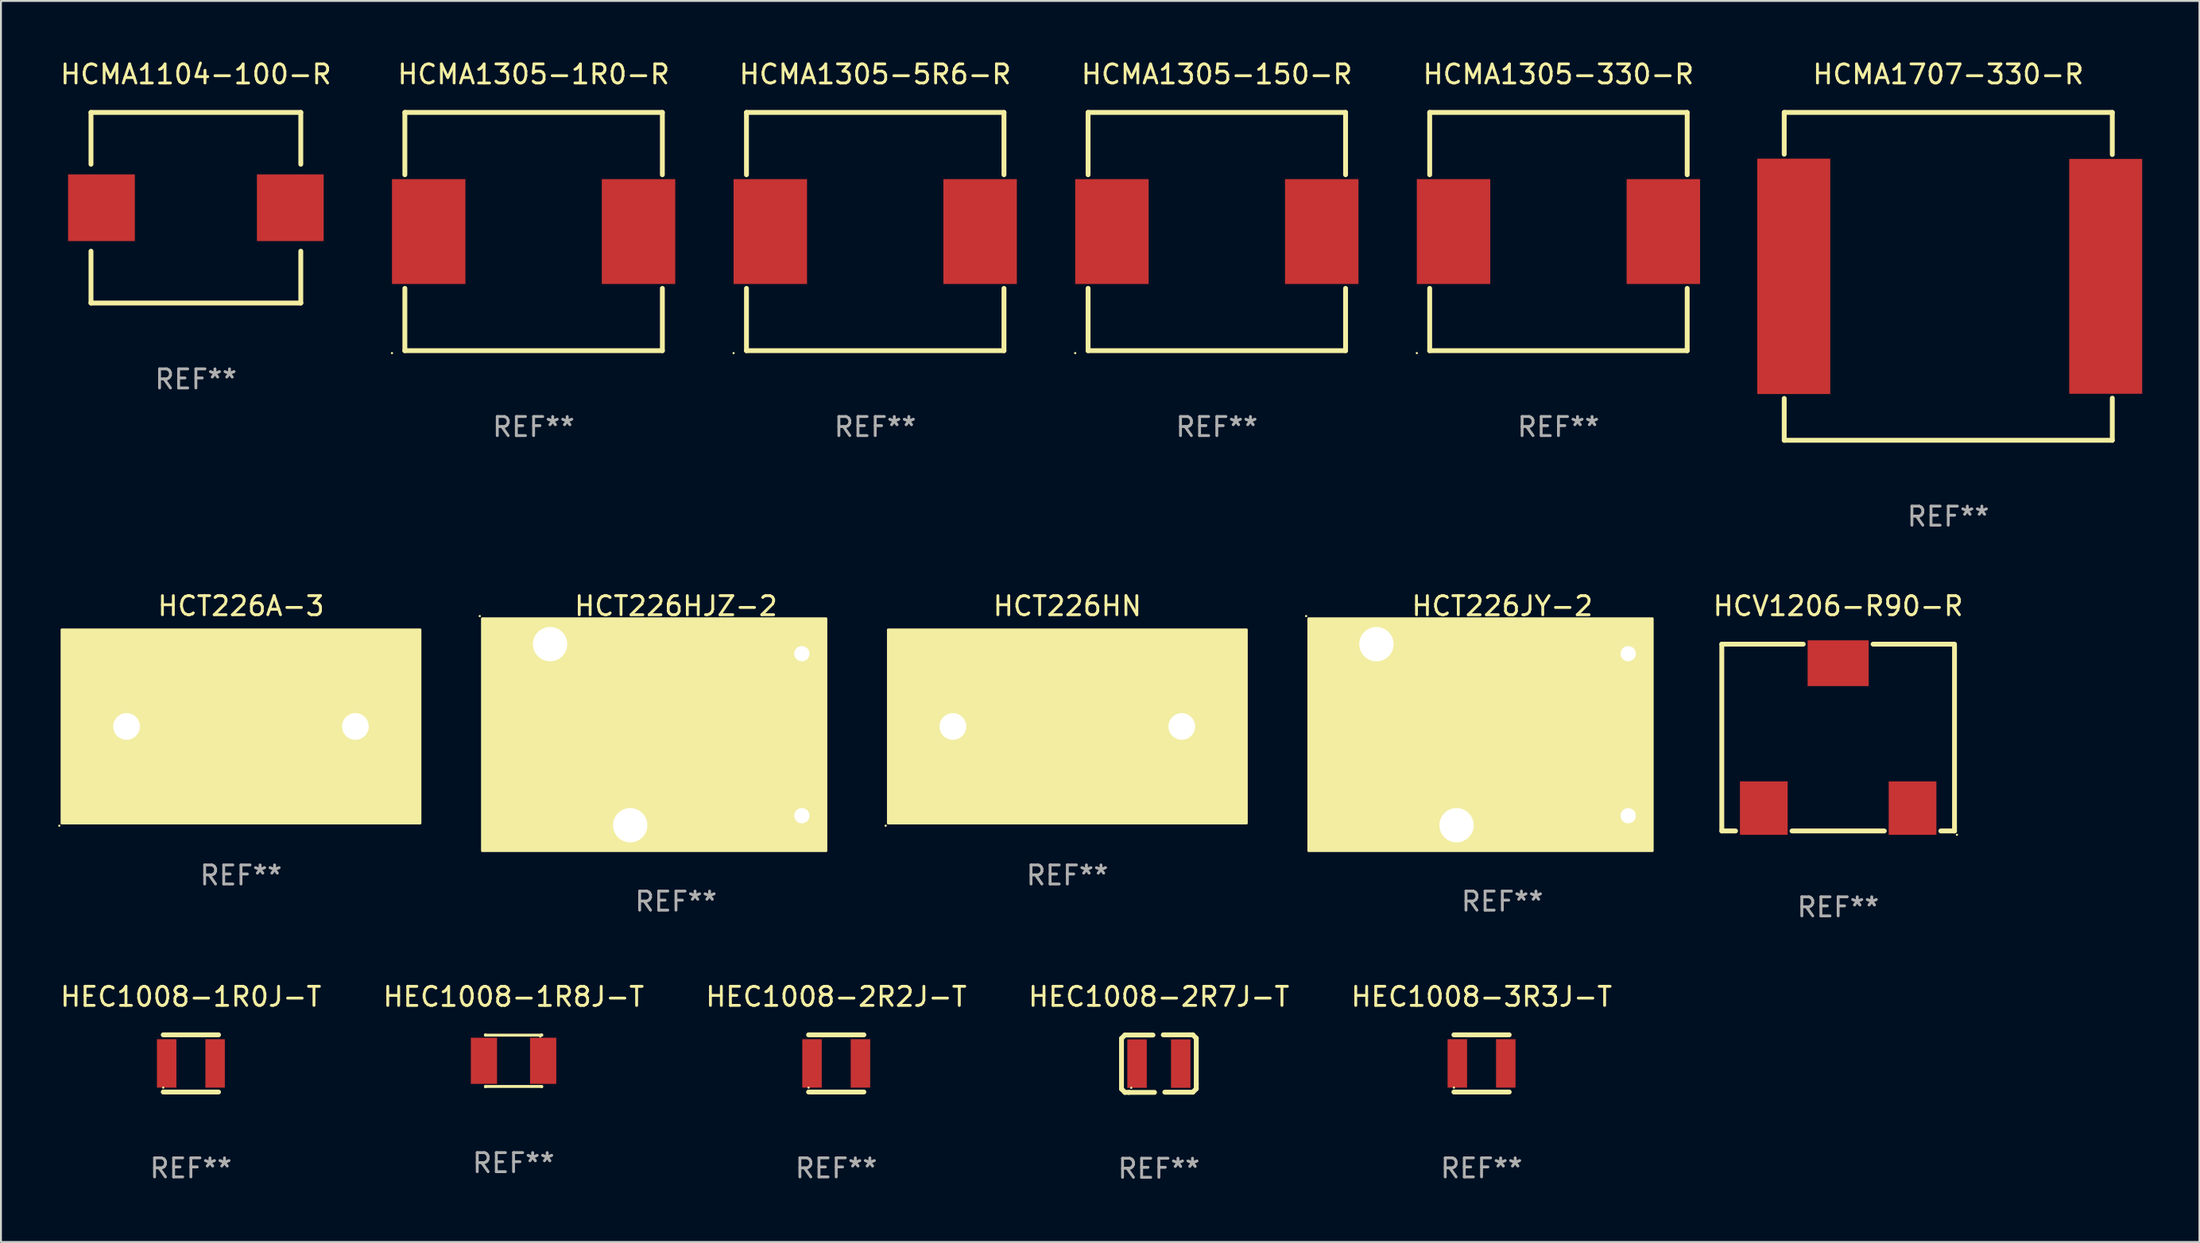
<source format=kicad_pcb>
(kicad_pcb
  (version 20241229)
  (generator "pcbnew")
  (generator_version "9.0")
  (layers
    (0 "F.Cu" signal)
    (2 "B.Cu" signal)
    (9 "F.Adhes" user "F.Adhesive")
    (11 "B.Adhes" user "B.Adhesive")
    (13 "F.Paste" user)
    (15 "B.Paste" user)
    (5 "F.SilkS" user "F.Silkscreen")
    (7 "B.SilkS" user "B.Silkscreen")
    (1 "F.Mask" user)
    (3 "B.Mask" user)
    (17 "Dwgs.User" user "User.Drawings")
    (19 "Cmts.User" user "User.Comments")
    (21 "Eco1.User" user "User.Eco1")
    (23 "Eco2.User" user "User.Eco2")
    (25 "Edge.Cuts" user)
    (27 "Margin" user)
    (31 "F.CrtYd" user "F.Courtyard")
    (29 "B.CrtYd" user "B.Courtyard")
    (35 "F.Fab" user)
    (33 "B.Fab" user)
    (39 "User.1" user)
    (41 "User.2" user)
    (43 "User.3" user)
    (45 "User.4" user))
  (footprint "HEC1008-2R7J-T"
    (layer "F.Cu")
    (at 57.708 52.751)
    (property "Reference" "HEC1008-2R7J-T" (at 0 -3.51 0) (layer "F.SilkS") (effects (font (size 1 1) (thickness 0.15))))
    (attr through_hole)
    (fp_line (start -1.96 -1.32) (end -1.78 -1.5) (stroke (width 0.254) (type solid)) (layer "F.SilkS"))
    (fp_line (start -1.96 -1.07) (end -1.96 -1.32) (stroke (width 0.254) (type solid)) (layer "F.SilkS"))
    (fp_line (start -1.96 1.33) (end -1.96 -1.07) (stroke (width 0.254) (type solid)) (layer "F.SilkS"))
    (fp_line (start -1.78 -1.5) (end -0.31 -1.5) (stroke (width 0.254) (type solid)) (layer "F.SilkS"))
    (fp_line (start -1.78 1.51) (end -1.96 1.33) (stroke (width 0.254) (type solid)) (layer "F.SilkS"))
    (fp_line (start -1.58 1.51) (end -1.78 1.51) (stroke (width 0.254) (type solid)) (layer "F.SilkS"))
    (fp_line (start -0.23 1.51) (end -1.58 1.51) (stroke (width 0.254) (type solid)) (layer "F.SilkS"))
    (fp_line (start 0.23 -1.51) (end 1.58 -1.51) (stroke (width 0.254) (type solid)) (layer "F.SilkS"))
    (fp_line (start 1.58 -1.51) (end 1.78 -1.51) (stroke (width 0.254) (type solid)) (layer "F.SilkS"))
    (fp_line (start 1.78 -1.51) (end 1.96 -1.33) (stroke (width 0.254) (type solid)) (layer "F.SilkS"))
    (fp_line (start 1.78 1.5) (end 0.31 1.5) (stroke (width 0.254) (type solid)) (layer "F.SilkS"))
    (fp_line (start 1.96 -1.33) (end 1.96 1.07) (stroke (width 0.254) (type solid)) (layer "F.SilkS"))
    (fp_line (start 1.96 1.07) (end 1.96 1.32) (stroke (width 0.254) (type solid)) (layer "F.SilkS"))
    (fp_line (start 1.96 1.32) (end 1.78 1.5) (stroke (width 0.254) (type solid)) (layer "F.SilkS"))
    (fp_circle (center -1.45 1.27) (end -1.42 1.27) (stroke (width 0.06) (type solid)) (fill no) (layer "F.SilkS"))
    (fp_text user "REF**" (at 0 5.51 0) (layer "F.Fab") (effects (font (size 1 1) (thickness 0.15))))
    (pad "1" smd rect (at -1.145 0.000013 90) (size 2.54 1.02) (layers "F.Cu" "F.Mask" "F.Paste"))
    (pad "2" smd rect (at 1.145 0.000013 90) (size 2.54 1.02) (layers "F.Cu" "F.Mask" "F.Paste")))
  (footprint "HCT226A-3"
    (layer "F.Cu")
    (at 9.585 34.809)
    (property "Reference" "HCT226A-3" (at 0 -6.064 0) (layer "F.SilkS") (effects (font (size 1 1) (thickness 0.15))))
    (attr through_hole)
    (fp_line (start -0.127 4.064) (end -1.016 3.175) (stroke (width 0.254) (type solid)) (layer "F.SilkS"))
    (fp_line (start 0.000025 -4.064) (end 0.000025 4.064) (stroke (width 0.254) (type solid)) (layer "F.SilkS"))
    (fp_line (start 0.000025 4.064) (end -0.127 4.064) (stroke (width 0.254) (type solid)) (layer "F.SilkS"))
    (fp_line (start 0.000025 4.064) (end 0.127 4.064) (stroke (width 0.254) (type solid)) (layer "F.SilkS"))
    (fp_line (start 0.127 4.064) (end 1.016 3.175) (stroke (width 0.254) (type solid)) (layer "F.SilkS"))
    (fp_circle (center -9.525 5.461) (end -9.495 5.461) (stroke (width 0.06) (type solid)) (fill no) (layer "F.SilkS"))
    (fp_poly (pts (xy -9.398 -4.826) (xy 9.398 -4.826) (xy 9.398 5.334) (xy -9.398 5.334)) (stroke (width 0.12) (type solid)) (fill yes) (layer "F.SilkS"))
    (fp_text user "REF**" (at 0 8.064 0) (layer "F.Fab") (effects (font (size 1 1) (thickness 0.15))))
    (pad "1" thru_hole circle (at -6 0.254) (size 2.5 2.5) (drill 1.4) (layers "*.Cu" "*.Mask"))
    (pad "2" thru_hole rect (at 6 0.254) (size 2.5 2.5) (drill 1.4) (layers "*.Cu" "*.Mask")))
  (footprint "HEC1008-1R8J-T"
    (layer "F.Cu")
    (at 23.875 52.604)
    (property "Reference" "HEC1008-1R8J-T" (at 0 -3.362 0) (layer "F.SilkS") (effects (font (size 1 1) (thickness 0.15))))
    (attr through_hole)
    (fp_line (start -1.476 -1.362) (end -1.476 -1.346) (stroke (width 0.152) (type solid)) (layer "F.SilkS"))
    (fp_line (start -1.476 -1.346) (end 1.476 -1.346) (stroke (width 0.152) (type solid)) (layer "F.SilkS"))
    (fp_line (start -1.476 1.346) (end 1.476 1.346) (stroke (width 0.152) (type solid)) (layer "F.SilkS"))
    (fp_line (start -1.476 1.362) (end -1.476 1.346) (stroke (width 0.152) (type solid)) (layer "F.SilkS"))
    (fp_line (start 1.476 -1.346) (end 1.476 -1.362) (stroke (width 0.152) (type solid)) (layer "F.SilkS"))
    (fp_line (start 1.476 1.346) (end 1.476 1.362) (stroke (width 0.152) (type solid)) (layer "F.SilkS"))
    (fp_circle (center 1.4 -1.27) (end 1.43 -1.27) (stroke (width 0.06) (type solid)) (fill no) (layer "F.SilkS"))
    (fp_text user "REF**" (at 0 5.362 0) (layer "F.Fab") (effects (font (size 1 1) (thickness 0.15))))
    (pad "1" smd rect (at 1.553 0) (size 1.374 2.42) (layers "F.Cu" "F.Mask" "F.Paste"))
    (pad "2" smd rect (at -1.553 0) (size 1.374 2.42) (layers "F.Cu" "F.Mask" "F.Paste")))
  (footprint "HCMA1707-330-R"
    (layer "F.Cu")
    (at 99.093 11.448)
    (property "Reference" "HCMA1707-330-R" (at 0 -10.6 0) (layer "F.SilkS") (effects (font (size 1 1) (thickness 0.15))))
    (attr through_hole)
    (fp_line (start -8.6 -8.6) (end 8.6 -8.6) (stroke (width 0.254) (type solid)) (layer "F.SilkS"))
    (fp_line (start -8.6 -6.406) (end -8.6 -8.6) (stroke (width 0.254) (type solid)) (layer "F.SilkS"))
    (fp_line (start -8.6 8.6) (end -8.6 6.406) (stroke (width 0.254) (type solid)) (layer "F.SilkS"))
    (fp_line (start -8.6 8.6) (end 8.6 8.6) (stroke (width 0.254) (type solid)) (layer "F.SilkS"))
    (fp_line (start 8.6 -8.6) (end 8.6 -6.391) (stroke (width 0.254) (type solid)) (layer "F.SilkS"))
    (fp_line (start 8.6 6.391) (end 8.6 8.6) (stroke (width 0.254) (type solid)) (layer "F.SilkS"))
    (fp_circle (center -8.575 8.575) (end -8.545 8.575) (stroke (width 0.06) (type solid)) (fill no) (layer "F.SilkS"))
    (fp_text user "REF**" (at 0 12.6 0) (layer "F.Fab") (effects (font (size 1 1) (thickness 0.15))))
    (pad "1" smd rect (at -8.1 0) (size 3.825 12.35) (layers "F.Cu" "F.Mask" "F.Paste"))
    (pad "2" smd rect (at 8.255 0) (size 3.825 12.32) (layers "F.Cu" "F.Mask" "F.Paste")))
  (footprint "HCT226HJZ-2"
    (layer "F.Cu")
    (at 32.39 35.495)
    (property "Reference" "HCT226HJZ-2" (at 0 -6.75 0) (layer "F.SilkS") (effects (font (size 1 1) (thickness 0.15))))
    (attr through_hole)
    (fp_circle (center -10.287 -6.223) (end -10.257 -6.223) (stroke (width 0.06) (type solid)) (fill no) (layer "F.SilkS"))
    (fp_poly (pts (xy -10.16 -6.096) (xy 7.874 -6.096) (xy 7.874 6.096) (xy -10.16 6.096)) (stroke (width 0.12) (type solid)) (fill yes) (layer "F.SilkS"))
    (fp_text user "REF**" (at 0 8.75 0) (layer "F.Fab") (effects (font (size 1 1) (thickness 0.15))))
    (pad "1" thru_hole circle (at -6.6 -4.75) (size 2.5 2.5) (drill 1.8) (layers "*.Cu" "*.Mask"))
    (pad "2" thru_hole rect (at -2.4 4.75) (size 2.5 2.5) (drill 1.8) (layers "*.Cu" "*.Mask"))
    (pad "3" thru_hole rect (at 6.6 -4.25) (size 1.5 1.5) (drill 0.8) (layers "*.Cu" "*.Mask"))
    (pad "4" thru_hole circle (at 6.6 4.25) (size 1.5 1.5) (drill 0.8) (layers "*.Cu" "*.Mask")))
  (footprint "HCMA1305-5R6-R"
    (layer "F.Cu")
    (at 42.836 9.098)
    (property "Reference" "HCMA1305-5R6-R" (at 0 -8.25 0) (layer "F.SilkS") (effects (font (size 1 1) (thickness 0.15))))
    (attr through_hole)
    (fp_line (start -6.75 -6.25) (end 6.75 -6.25) (stroke (width 0.254) (type solid)) (layer "F.SilkS"))
    (fp_line (start -6.75 -2.981) (end -6.75 -6.25) (stroke (width 0.254) (type solid)) (layer "F.SilkS"))
    (fp_line (start -6.75 6.25) (end -6.75 2.981) (stroke (width 0.254) (type solid)) (layer "F.SilkS"))
    (fp_line (start -6.75 6.25) (end 6.75 6.25) (stroke (width 0.254) (type solid)) (layer "F.SilkS"))
    (fp_line (start 6.75 -6.25) (end 6.75 -2.981) (stroke (width 0.254) (type solid)) (layer "F.SilkS"))
    (fp_line (start 6.75 2.981) (end 6.75 6.25) (stroke (width 0.254) (type solid)) (layer "F.SilkS"))
    (fp_circle (center -7.425 6.377) (end -7.395 6.377) (stroke (width 0.06) (type solid)) (fill no) (layer "F.SilkS"))
    (fp_text user "REF**" (at 0 10.25 0) (layer "F.Fab") (effects (font (size 1 1) (thickness 0.15))))
    (pad "1" smd rect (at -5.5 0) (size 3.85 5.5) (layers "F.Cu" "F.Mask" "F.Paste"))
    (pad "2" smd rect (at 5.5 0) (size 3.85 5.5) (layers "F.Cu" "F.Mask" "F.Paste")))
  (footprint "HCT226JY-2"
    (layer "F.Cu")
    (at 75.714 35.495)
    (property "Reference" "HCT226JY-2" (at 0 -6.75 0) (layer "F.SilkS") (effects (font (size 1 1) (thickness 0.15))))
    (attr through_hole)
    (fp_circle (center -10.287 -6.223) (end -10.257 -6.223) (stroke (width 0.06) (type solid)) (fill no) (layer "F.SilkS"))
    (fp_poly (pts (xy -10.16 -6.096) (xy 7.874 -6.096) (xy 7.874 6.096) (xy -10.16 6.096)) (stroke (width 0.12) (type solid)) (fill yes) (layer "F.SilkS"))
    (fp_text user "REF**" (at 0 8.75 0) (layer "F.Fab") (effects (font (size 1 1) (thickness 0.15))))
    (pad "1" thru_hole circle (at -6.6 -4.75) (size 2.5 2.5) (drill 1.8) (layers "*.Cu" "*.Mask"))
    (pad "2" thru_hole rect (at -2.4 4.75) (size 2.5 2.5) (drill 1.8) (layers "*.Cu" "*.Mask"))
    (pad "3" thru_hole rect (at 6.6 -4.25) (size 1.5 1.5) (drill 0.8) (layers "*.Cu" "*.Mask"))
    (pad "4" thru_hole circle (at 6.6 4.25) (size 1.5 1.5) (drill 0.8) (layers "*.Cu" "*.Mask")))
  (footprint "HCT226HN"
    (layer "F.Cu")
    (at 52.909 34.809)
    (property "Reference" "HCT226HN" (at 0 -6.064 0) (layer "F.SilkS") (effects (font (size 1 1) (thickness 0.15))))
    (attr through_hole)
    (fp_line (start -0.127 4.064) (end -1.016 3.175) (stroke (width 0.254) (type solid)) (layer "F.SilkS"))
    (fp_line (start 0.000025 -4.064) (end 0.000025 4.064) (stroke (width 0.254) (type solid)) (layer "F.SilkS"))
    (fp_line (start 0.000025 4.064) (end -0.127 4.064) (stroke (width 0.254) (type solid)) (layer "F.SilkS"))
    (fp_line (start 0.000025 4.064) (end 0.127 4.064) (stroke (width 0.254) (type solid)) (layer "F.SilkS"))
    (fp_line (start 0.127 4.064) (end 1.016 3.175) (stroke (width 0.254) (type solid)) (layer "F.SilkS"))
    (fp_circle (center -9.525 5.461) (end -9.495 5.461) (stroke (width 0.06) (type solid)) (fill no) (layer "F.SilkS"))
    (fp_poly (pts (xy -9.398 -4.826) (xy 9.398 -4.826) (xy 9.398 5.334) (xy -9.398 5.334)) (stroke (width 0.12) (type solid)) (fill yes) (layer "F.SilkS"))
    (fp_text user "REF**" (at 0 8.064 0) (layer "F.Fab") (effects (font (size 1 1) (thickness 0.15))))
    (pad "1" thru_hole circle (at -6 0.254) (size 2.5 2.5) (drill 1.4) (layers "*.Cu" "*.Mask"))
    (pad "2" thru_hole rect (at 6 0.254) (size 2.5 2.5) (drill 1.4) (layers "*.Cu" "*.Mask")))
  (footprint "HEC1008-3R3J-T"
    (layer "F.Cu")
    (at 74.625 52.741)
    (property "Reference" "HEC1008-3R3J-T" (at 0 -3.5 0) (layer "F.SilkS") (effects (font (size 1 1) (thickness 0.15))))
    (attr through_hole)
    (fp_line (start -1.45 -1.5) (end 1.45 -1.5) (stroke (width 0.254) (type solid)) (layer "F.SilkS"))
    (fp_line (start -1.45 1.5) (end 1.45 1.5) (stroke (width 0.254) (type solid)) (layer "F.SilkS"))
    (fp_circle (center -1.45 1.27) (end -1.42 1.27) (stroke (width 0.06) (type solid)) (fill no) (layer "F.SilkS"))
    (fp_text user "REF**" (at 0 5.5 0) (layer "F.Fab") (effects (font (size 1 1) (thickness 0.15))))
    (pad "1" smd rect (at -1.27 0 90) (size 2.54 1.02) (layers "F.Cu" "F.Mask" "F.Paste"))
    (pad "2" smd rect (at 1.27 0 90) (size 2.54 1.02) (layers "F.Cu" "F.Mask" "F.Paste")))
  (footprint "HEC1008-1R0J-T"
    (layer "F.Cu")
    (at 6.958 52.741)
    (property "Reference" "HEC1008-1R0J-T" (at 0 -3.5 0) (layer "F.SilkS") (effects (font (size 1 1) (thickness 0.15))))
    (attr through_hole)
    (fp_line (start -1.45 -1.5) (end 1.45 -1.5) (stroke (width 0.254) (type solid)) (layer "F.SilkS"))
    (fp_line (start -1.45 1.5) (end 1.45 1.5) (stroke (width 0.254) (type solid)) (layer "F.SilkS"))
    (fp_circle (center -1.45 1.27) (end -1.42 1.27) (stroke (width 0.06) (type solid)) (fill no) (layer "F.SilkS"))
    (fp_text user "REF**" (at 0 5.5 0) (layer "F.Fab") (effects (font (size 1 1) (thickness 0.15))))
    (pad "1" smd rect (at -1.27 0 90) (size 2.54 1.02) (layers "F.Cu" "F.Mask" "F.Paste"))
    (pad "2" smd rect (at 1.27 0 90) (size 2.54 1.02) (layers "F.Cu" "F.Mask" "F.Paste")))
  (footprint "HEC1008-2R2J-T"
    (layer "F.Cu")
    (at 40.792 52.741)
    (property "Reference" "HEC1008-2R2J-T" (at 0 -3.5 0) (layer "F.SilkS") (effects (font (size 1 1) (thickness 0.15))))
    (attr through_hole)
    (fp_line (start -1.45 -1.5) (end 1.45 -1.5) (stroke (width 0.254) (type solid)) (layer "F.SilkS"))
    (fp_line (start -1.45 1.5) (end 1.45 1.5) (stroke (width 0.254) (type solid)) (layer "F.SilkS"))
    (fp_circle (center -1.45 1.27) (end -1.42 1.27) (stroke (width 0.06) (type solid)) (fill no) (layer "F.SilkS"))
    (fp_text user "REF**" (at 0 5.5 0) (layer "F.Fab") (effects (font (size 1 1) (thickness 0.15))))
    (pad "1" smd rect (at -1.27 0 90) (size 2.54 1.02) (layers "F.Cu" "F.Mask" "F.Paste"))
    (pad "2" smd rect (at 1.27 0 90) (size 2.54 1.02) (layers "F.Cu" "F.Mask" "F.Paste")))
  (footprint "HCMA1305-1R0-R"
    (layer "F.Cu")
    (at 24.926 9.098)
    (property "Reference" "HCMA1305-1R0-R" (at 0 -8.25 0) (layer "F.SilkS") (effects (font (size 1 1) (thickness 0.15))))
    (attr through_hole)
    (fp_line (start -6.75 -6.25) (end 6.75 -6.25) (stroke (width 0.254) (type solid)) (layer "F.SilkS"))
    (fp_line (start -6.75 -2.981) (end -6.75 -6.25) (stroke (width 0.254) (type solid)) (layer "F.SilkS"))
    (fp_line (start -6.75 6.25) (end -6.75 2.981) (stroke (width 0.254) (type solid)) (layer "F.SilkS"))
    (fp_line (start -6.75 6.25) (end 6.75 6.25) (stroke (width 0.254) (type solid)) (layer "F.SilkS"))
    (fp_line (start 6.75 -6.25) (end 6.75 -2.981) (stroke (width 0.254) (type solid)) (layer "F.SilkS"))
    (fp_line (start 6.75 2.981) (end 6.75 6.25) (stroke (width 0.254) (type solid)) (layer "F.SilkS"))
    (fp_circle (center -7.425 6.377) (end -7.395 6.377) (stroke (width 0.06) (type solid)) (fill no) (layer "F.SilkS"))
    (fp_text user "REF**" (at 0 10.25 0) (layer "F.Fab") (effects (font (size 1 1) (thickness 0.15))))
    (pad "1" smd rect (at -5.5 0) (size 3.85 5.5) (layers "F.Cu" "F.Mask" "F.Paste"))
    (pad "2" smd rect (at 5.5 0) (size 3.85 5.5) (layers "F.Cu" "F.Mask" "F.Paste")))
  (footprint "HCV1206-R90-R"
    (layer "F.Cu")
    (at 93.321 35.645)
    (property "Reference" "HCV1206-R90-R" (at 0 -6.9 0) (layer "F.SilkS") (effects (font (size 1 1) (thickness 0.15))))
    (attr through_hole)
    (fp_line (start -6.1 -4.9) (end -1.831 -4.9) (stroke (width 0.254) (type solid)) (layer "F.SilkS"))
    (fp_line (start -6.1 4.9) (end -6.1 -4.9) (stroke (width 0.254) (type solid)) (layer "F.SilkS"))
    (fp_line (start -6.1 4.9) (end -5.381 4.9) (stroke (width 0.254) (type solid)) (layer "F.SilkS"))
    (fp_line (start -2.419 4.9) (end 2.419 4.9) (stroke (width 0.254) (type solid)) (layer "F.SilkS"))
    (fp_line (start 1.831 -4.9) (end 6.1 -4.9) (stroke (width 0.254) (type solid)) (layer "F.SilkS"))
    (fp_line (start 5.381 4.9) (end 6.1 4.9) (stroke (width 0.254) (type solid)) (layer "F.SilkS"))
    (fp_line (start 6.1 4.9) (end 6.1 -4.826) (stroke (width 0.254) (type solid)) (layer "F.SilkS"))
    (fp_circle (center 6.227 5.1) (end 6.257 5.1) (stroke (width 0.06) (type solid)) (fill no) (layer "F.SilkS"))
    (fp_text user "REF**" (at 0 8.9 0) (layer "F.Fab") (effects (font (size 1 1) (thickness 0.15))))
    (pad "1" smd rect (at 3.9 3.7 90) (size 2.8 2.5) (layers "F.Cu" "F.Mask" "F.Paste"))
    (pad "2" smd rect (at -3.9 3.7 90) (size 2.8 2.5) (layers "F.Cu" "F.Mask" "F.Paste"))
    (pad "3" smd rect (at 0 -3.9 90) (size 2.4 3.2) (layers "F.Cu" "F.Mask" "F.Paste")))
  (footprint "HCMA1104-100-R"
    (layer "F.Cu")
    (at 7.22 7.848)
    (property "Reference" "HCMA1104-100-R" (at 0 -7 0) (layer "F.SilkS") (effects (font (size 1 1) (thickness 0.15))))
    (attr through_hole)
    (fp_line (start -5.5 -5) (end 5.5 -5) (stroke (width 0.254) (type solid)) (layer "F.SilkS"))
    (fp_line (start -5.5 -2.281) (end -5.5 -5) (stroke (width 0.254) (type solid)) (layer "F.SilkS"))
    (fp_line (start -5.5 5) (end -5.5 2.281) (stroke (width 0.254) (type solid)) (layer "F.SilkS"))
    (fp_line (start -5.5 5) (end 5.5 5) (stroke (width 0.254) (type solid)) (layer "F.SilkS"))
    (fp_line (start 5.5 -2.281) (end 5.5 -5) (stroke (width 0.254) (type solid)) (layer "F.SilkS"))
    (fp_line (start 5.5 5) (end 5.5 2.281) (stroke (width 0.254) (type solid)) (layer "F.SilkS"))
    (fp_circle (center -5.5 5) (end -5.47 5) (stroke (width 0.06) (type solid)) (fill no) (layer "F.SilkS"))
    (fp_text user "REF**" (at 0 9 0) (layer "F.Fab") (effects (font (size 1 1) (thickness 0.15))))
    (pad "1" smd rect (at -4.95 0 90) (size 3.5 3.5) (layers "F.Cu" "F.Mask" "F.Paste"))
    (pad "2" smd rect (at 4.95 0 270) (size 3.5 3.5) (layers "F.Cu" "F.Mask" "F.Paste")))
  (footprint "HCMA1305-150-R"
    (layer "F.Cu")
    (at 60.746 9.098)
    (property "Reference" "HCMA1305-150-R" (at 0 -8.25 0) (layer "F.SilkS") (effects (font (size 1 1) (thickness 0.15))))
    (attr through_hole)
    (fp_line (start -6.75 -6.25) (end 6.75 -6.25) (stroke (width 0.254) (type solid)) (layer "F.SilkS"))
    (fp_line (start -6.75 -2.981) (end -6.75 -6.25) (stroke (width 0.254) (type solid)) (layer "F.SilkS"))
    (fp_line (start -6.75 6.25) (end -6.75 2.981) (stroke (width 0.254) (type solid)) (layer "F.SilkS"))
    (fp_line (start -6.75 6.25) (end 6.75 6.25) (stroke (width 0.254) (type solid)) (layer "F.SilkS"))
    (fp_line (start 6.75 -6.25) (end 6.75 -2.981) (stroke (width 0.254) (type solid)) (layer "F.SilkS"))
    (fp_line (start 6.75 2.981) (end 6.75 6.25) (stroke (width 0.254) (type solid)) (layer "F.SilkS"))
    (fp_circle (center -7.425 6.377) (end -7.395 6.377) (stroke (width 0.06) (type solid)) (fill no) (layer "F.SilkS"))
    (fp_text user "REF**" (at 0 10.25 0) (layer "F.Fab") (effects (font (size 1 1) (thickness 0.15))))
    (pad "1" smd rect (at -5.5 0) (size 3.85 5.5) (layers "F.Cu" "F.Mask" "F.Paste"))
    (pad "2" smd rect (at 5.5 0) (size 3.85 5.5) (layers "F.Cu" "F.Mask" "F.Paste")))
  (footprint "HCMA1305-330-R"
    (layer "F.Cu")
    (at 78.656 9.098)
    (property "Reference" "HCMA1305-330-R" (at 0 -8.25 0) (layer "F.SilkS") (effects (font (size 1 1) (thickness 0.15))))
    (attr through_hole)
    (fp_line (start -6.75 -6.25) (end 6.75 -6.25) (stroke (width 0.254) (type solid)) (layer "F.SilkS"))
    (fp_line (start -6.75 -2.981) (end -6.75 -6.25) (stroke (width 0.254) (type solid)) (layer "F.SilkS"))
    (fp_line (start -6.75 6.25) (end -6.75 2.981) (stroke (width 0.254) (type solid)) (layer "F.SilkS"))
    (fp_line (start -6.75 6.25) (end 6.75 6.25) (stroke (width 0.254) (type solid)) (layer "F.SilkS"))
    (fp_line (start 6.75 -6.25) (end 6.75 -2.981) (stroke (width 0.254) (type solid)) (layer "F.SilkS"))
    (fp_line (start 6.75 2.981) (end 6.75 6.25) (stroke (width 0.254) (type solid)) (layer "F.SilkS"))
    (fp_circle (center -7.425 6.377) (end -7.395 6.377) (stroke (width 0.06) (type solid)) (fill no) (layer "F.SilkS"))
    (fp_text user "REF**" (at 0 10.25 0) (layer "F.Fab") (effects (font (size 1 1) (thickness 0.15))))
    (pad "1" smd rect (at -5.5 0) (size 3.85 5.5) (layers "F.Cu" "F.Mask" "F.Paste"))
    (pad "2" smd rect (at 5.5 0) (size 3.85 5.5) (layers "F.Cu" "F.Mask" "F.Paste")))
  (gr_rect
    (start -3 -3)
    (end 112.261 62.11)
    (stroke (width 0.1) (type default))
    (fill no)
    (layer "Edge.Cuts")))
</source>
